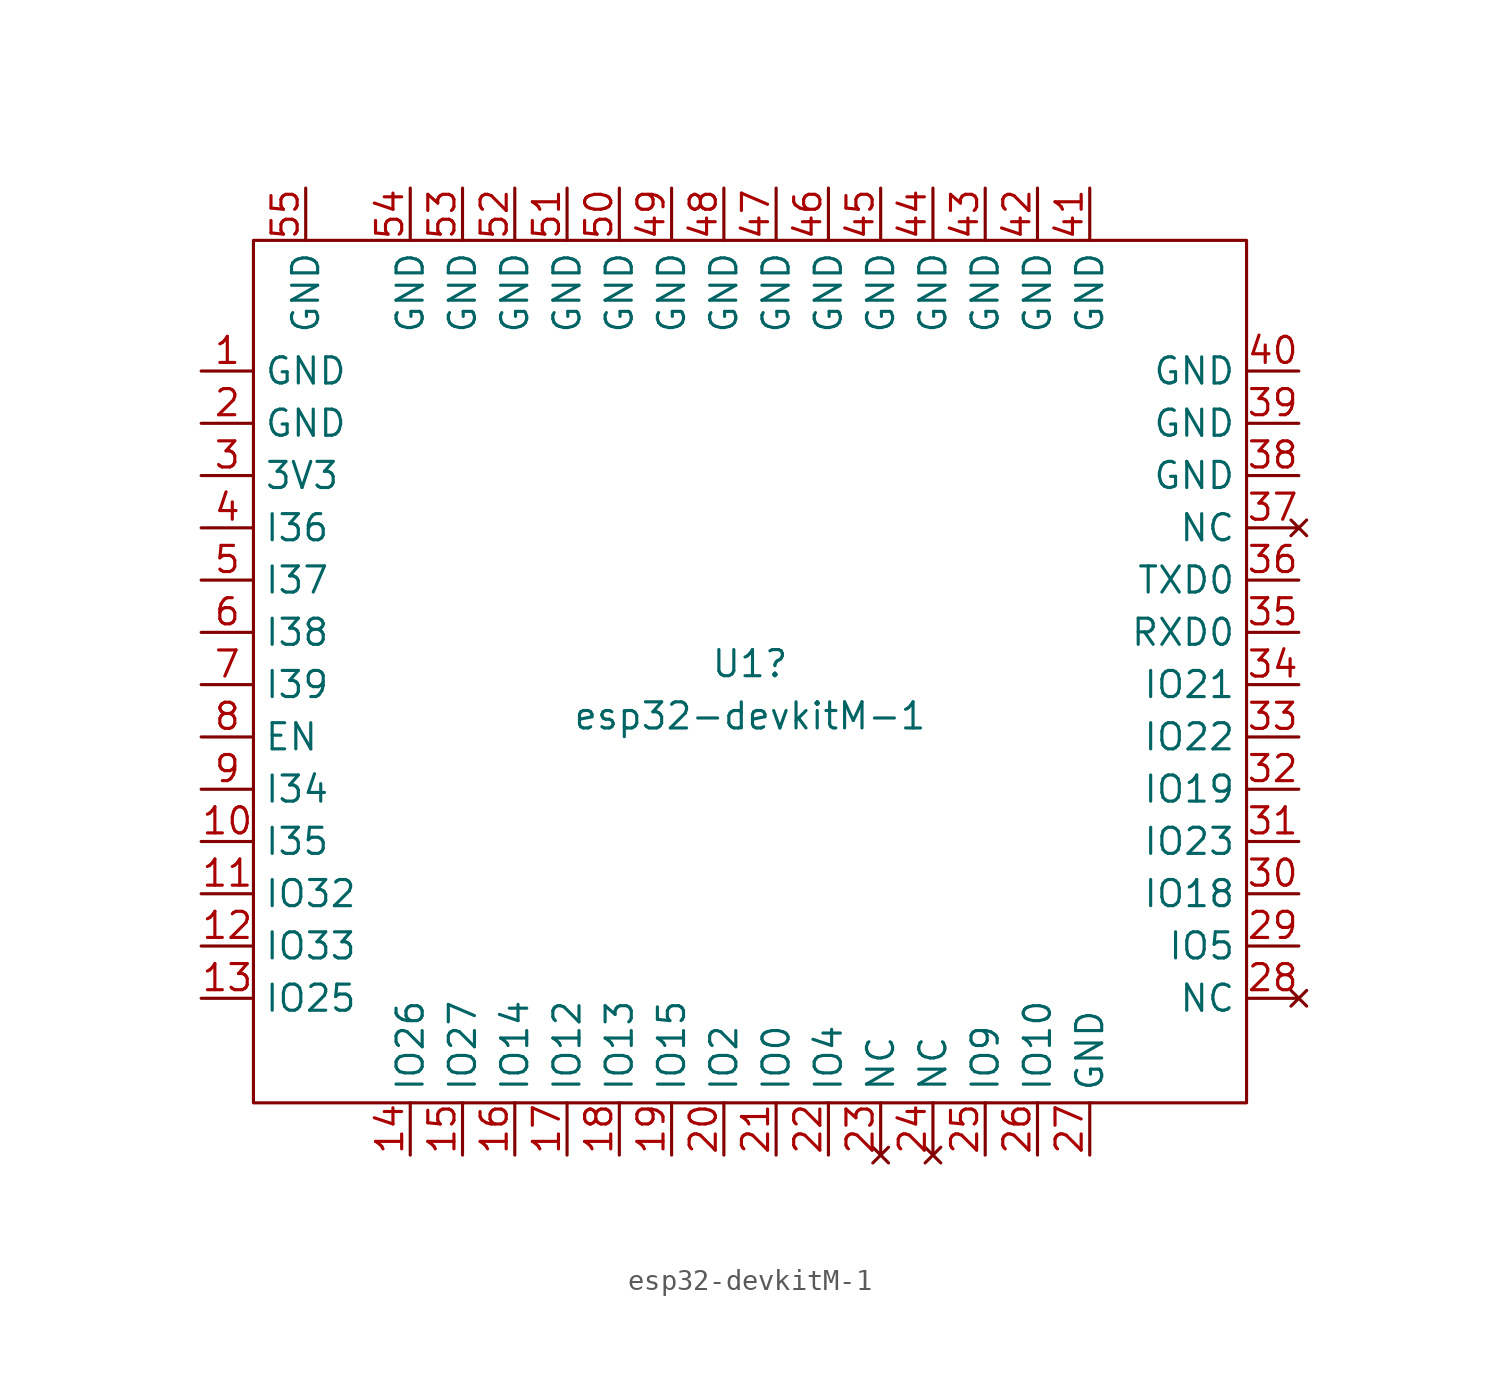
<source format=kicad_sym>
(kicad_symbol_lib
  (version 20211014)
  (generator kicad_symbol_editor)
  (symbol "esp32-devkitM-1"
    (property "Reference" "U1"
      (at 0 1.016 0)
      (effects (font (size 1.27 1.27))))
    (property "Value" "esp32-devkitM-1"
      (at 0 -1.524 0)
      (effects (font (size 1.27 1.27))))
    (symbol "esp32-devkitM-1_0_1"
      (rectangle (start -24.13 21.59) (end 24.13 -20.32) (stroke (width 0) (type default) (color 0 0 0 0)) (fill (type none))))
    (symbol "esp32-devkitM-1_1_1"
      (pin output line (at -26.67 15.24 0) (length 2.54) (name "GND" (effects (font (size 1.27 1.27)))) (number "1" (effects (font (size 1.27 1.27)))))
      (pin input line (at -26.67 -7.62 0) (length 2.54) (name "I35" (effects (font (size 1.27 1.27)))) (number "10" (effects (font (size 1.27 1.27)))))
      (pin bidirectional line (at -26.67 -10.16 0) (length 2.54) (name "IO32" (effects (font (size 1.27 1.27)))) (number "11" (effects (font (size 1.27 1.27)))))
      (pin bidirectional line (at -26.67 -12.7 0) (length 2.54) (name "IO33" (effects (font (size 1.27 1.27)))) (number "12" (effects (font (size 1.27 1.27)))))
      (pin bidirectional line (at -26.67 -15.24 0) (length 2.54) (name "IO25" (effects (font (size 1.27 1.27)))) (number "13" (effects (font (size 1.27 1.27)))))
      (pin bidirectional line (at -16.51 -22.86 90) (length 2.54) (name "IO26" (effects (font (size 1.27 1.27)))) (number "14" (effects (font (size 1.27 1.27)))))
      (pin bidirectional line (at -13.97 -22.86 90) (length 2.54) (name "IO27" (effects (font (size 1.27 1.27)))) (number "15" (effects (font (size 1.27 1.27)))))
      (pin bidirectional line (at -11.43 -22.86 90) (length 2.54) (name "IO14" (effects (font (size 1.27 1.27)))) (number "16" (effects (font (size 1.27 1.27)))))
      (pin bidirectional line (at -8.89 -22.86 90) (length 2.54) (name "IO12" (effects (font (size 1.27 1.27)))) (number "17" (effects (font (size 1.27 1.27)))))
      (pin bidirectional line (at -6.35 -22.86 90) (length 2.54) (name "IO13" (effects (font (size 1.27 1.27)))) (number "18" (effects (font (size 1.27 1.27)))))
      (pin bidirectional line (at -3.81 -22.86 90) (length 2.54) (name "IO15" (effects (font (size 1.27 1.27)))) (number "19" (effects (font (size 1.27 1.27)))))
      (pin output line (at -26.67 12.7 0) (length 2.54) (name "GND" (effects (font (size 1.27 1.27)))) (number "2" (effects (font (size 1.27 1.27)))))
      (pin bidirectional line (at -1.27 -22.86 90) (length 2.54) (name "IO2" (effects (font (size 1.27 1.27)))) (number "20" (effects (font (size 1.27 1.27)))))
      (pin bidirectional line (at 1.27 -22.86 90) (length 2.54) (name "IO0" (effects (font (size 1.27 1.27)))) (number "21" (effects (font (size 1.27 1.27)))))
      (pin bidirectional line (at 3.81 -22.86 90) (length 2.54) (name "IO4" (effects (font (size 1.27 1.27)))) (number "22" (effects (font (size 1.27 1.27)))))
      (pin no_connect line (at 6.35 -22.86 90) (length 2.54) (name "NC" (effects (font (size 1.27 1.27)))) (number "23" (effects (font (size 1.27 1.27)))))
      (pin no_connect line (at 8.89 -22.86 90) (length 2.54) (name "NC" (effects (font (size 1.27 1.27)))) (number "24" (effects (font (size 1.27 1.27)))))
      (pin bidirectional line (at 11.43 -22.86 90) (length 2.54) (name "IO9" (effects (font (size 1.27 1.27)))) (number "25" (effects (font (size 1.27 1.27)))))
      (pin bidirectional line (at 13.97 -22.86 90) (length 2.54) (name "IO10" (effects (font (size 1.27 1.27)))) (number "26" (effects (font (size 1.27 1.27)))))
      (pin output line (at 16.51 -22.86 90) (length 2.54) (name "GND" (effects (font (size 1.27 1.27)))) (number "27" (effects (font (size 1.27 1.27)))))
      (pin no_connect line (at 26.67 -15.24 180) (length 2.54) (name "NC" (effects (font (size 1.27 1.27)))) (number "28" (effects (font (size 1.27 1.27)))))
      (pin bidirectional line (at 26.67 -12.7 180) (length 2.54) (name "IO5" (effects (font (size 1.27 1.27)))) (number "29" (effects (font (size 1.27 1.27)))))
      (pin power_in line (at -26.67 10.16 0) (length 2.54) (name "3V3" (effects (font (size 1.27 1.27)))) (number "3" (effects (font (size 1.27 1.27)))))
      (pin bidirectional line (at 26.67 -10.16 180) (length 2.54) (name "IO18" (effects (font (size 1.27 1.27)))) (number "30" (effects (font (size 1.27 1.27)))))
      (pin bidirectional line (at 26.67 -7.62 180) (length 2.54) (name "IO23" (effects (font (size 1.27 1.27)))) (number "31" (effects (font (size 1.27 1.27)))))
      (pin bidirectional line (at 26.67 -5.08 180) (length 2.54) (name "IO19" (effects (font (size 1.27 1.27)))) (number "32" (effects (font (size 1.27 1.27)))))
      (pin bidirectional line (at 26.67 -2.54 180) (length 2.54) (name "IO22" (effects (font (size 1.27 1.27)))) (number "33" (effects (font (size 1.27 1.27)))))
      (pin bidirectional line (at 26.67 0 180) (length 2.54) (name "IO21" (effects (font (size 1.27 1.27)))) (number "34" (effects (font (size 1.27 1.27)))))
      (pin bidirectional line (at 26.67 2.54 180) (length 2.54) (name "RXD0" (effects (font (size 1.27 1.27)))) (number "35" (effects (font (size 1.27 1.27)))))
      (pin bidirectional line (at 26.67 5.08 180) (length 2.54) (name "TXD0" (effects (font (size 1.27 1.27)))) (number "36" (effects (font (size 1.27 1.27)))))
      (pin no_connect line (at 26.67 7.62 180) (length 2.54) (name "NC" (effects (font (size 1.27 1.27)))) (number "37" (effects (font (size 1.27 1.27)))))
      (pin output line (at 26.67 10.16 180) (length 2.54) (name "GND" (effects (font (size 1.27 1.27)))) (number "38" (effects (font (size 1.27 1.27)))))
      (pin output line (at 26.67 12.7 180) (length 2.54) (name "GND" (effects (font (size 1.27 1.27)))) (number "39" (effects (font (size 1.27 1.27)))))
      (pin input line (at -26.67 7.62 0) (length 2.54) (name "I36" (effects (font (size 1.27 1.27)))) (number "4" (effects (font (size 1.27 1.27)))))
      (pin output line (at 26.67 15.24 180) (length 2.54) (name "GND" (effects (font (size 1.27 1.27)))) (number "40" (effects (font (size 1.27 1.27)))))
      (pin output line (at 16.51 24.13 270) (length 2.54) (name "GND" (effects (font (size 1.27 1.27)))) (number "41" (effects (font (size 1.27 1.27)))))
      (pin output line (at 13.97 24.13 270) (length 2.54) (name "GND" (effects (font (size 1.27 1.27)))) (number "42" (effects (font (size 1.27 1.27)))))
      (pin output line (at 11.43 24.13 270) (length 2.54) (name "GND" (effects (font (size 1.27 1.27)))) (number "43" (effects (font (size 1.27 1.27)))))
      (pin output line (at 8.89 24.13 270) (length 2.54) (name "GND" (effects (font (size 1.27 1.27)))) (number "44" (effects (font (size 1.27 1.27)))))
      (pin output line (at 6.35 24.13 270) (length 2.54) (name "GND" (effects (font (size 1.27 1.27)))) (number "45" (effects (font (size 1.27 1.27)))))
      (pin output line (at 3.81 24.13 270) (length 2.54) (name "GND" (effects (font (size 1.27 1.27)))) (number "46" (effects (font (size 1.27 1.27)))))
      (pin output line (at 1.27 24.13 270) (length 2.54) (name "GND" (effects (font (size 1.27 1.27)))) (number "47" (effects (font (size 1.27 1.27)))))
      (pin output line (at -1.27 24.13 270) (length 2.54) (name "GND" (effects (font (size 1.27 1.27)))) (number "48" (effects (font (size 1.27 1.27)))))
      (pin output line (at -3.81 24.13 270) (length 2.54) (name "GND" (effects (font (size 1.27 1.27)))) (number "49" (effects (font (size 1.27 1.27)))))
      (pin input line (at -26.67 5.08 0) (length 2.54) (name "I37" (effects (font (size 1.27 1.27)))) (number "5" (effects (font (size 1.27 1.27)))))
      (pin output line (at -6.35 24.13 270) (length 2.54) (name "GND" (effects (font (size 1.27 1.27)))) (number "50" (effects (font (size 1.27 1.27)))))
      (pin output line (at -8.89 24.13 270) (length 2.54) (name "GND" (effects (font (size 1.27 1.27)))) (number "51" (effects (font (size 1.27 1.27)))))
      (pin output line (at -11.43 24.13 270) (length 2.54) (name "GND" (effects (font (size 1.27 1.27)))) (number "52" (effects (font (size 1.27 1.27)))))
      (pin output line (at -13.97 24.13 270) (length 2.54) (name "GND" (effects (font (size 1.27 1.27)))) (number "53" (effects (font (size 1.27 1.27)))))
      (pin output line (at -16.51 24.13 270) (length 2.54) (name "GND" (effects (font (size 1.27 1.27)))) (number "54" (effects (font (size 1.27 1.27)))))
      (pin output line (at -21.59 24.13 270) (length 2.54) (name "GND" (effects (font (size 1.27 1.27)))) (number "55" (effects (font (size 1.27 1.27)))))
      (pin input line (at -26.67 2.54 0) (length 2.54) (name "I38" (effects (font (size 1.27 1.27)))) (number "6" (effects (font (size 1.27 1.27)))))
      (pin input line (at -26.67 0 0) (length 2.54) (name "I39" (effects (font (size 1.27 1.27)))) (number "7" (effects (font (size 1.27 1.27)))))
      (pin input line (at -26.67 -2.54 0) (length 2.54) (name "EN" (effects (font (size 1.27 1.27)))) (number "8" (effects (font (size 1.27 1.27)))))
      (pin input line (at -26.67 -5.08 0) (length 2.54) (name "I34" (effects (font (size 1.27 1.27)))) (number "9" (effects (font (size 1.27 1.27))))))))
</source>
